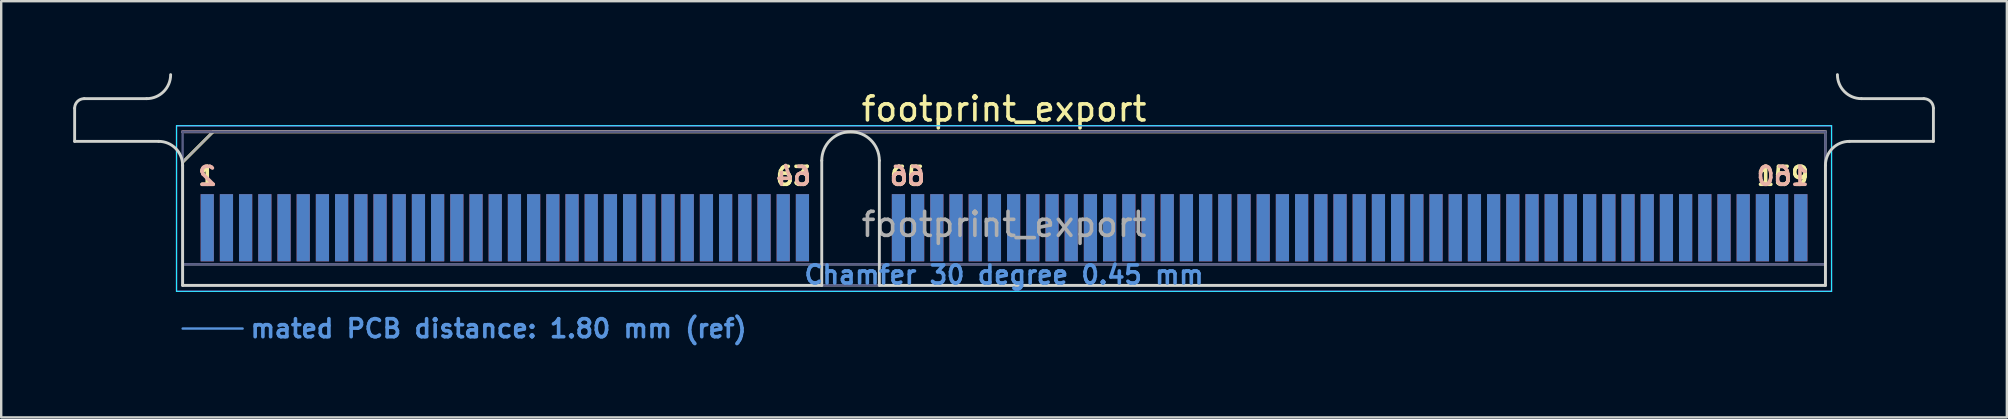
<source format=kicad_pcb>
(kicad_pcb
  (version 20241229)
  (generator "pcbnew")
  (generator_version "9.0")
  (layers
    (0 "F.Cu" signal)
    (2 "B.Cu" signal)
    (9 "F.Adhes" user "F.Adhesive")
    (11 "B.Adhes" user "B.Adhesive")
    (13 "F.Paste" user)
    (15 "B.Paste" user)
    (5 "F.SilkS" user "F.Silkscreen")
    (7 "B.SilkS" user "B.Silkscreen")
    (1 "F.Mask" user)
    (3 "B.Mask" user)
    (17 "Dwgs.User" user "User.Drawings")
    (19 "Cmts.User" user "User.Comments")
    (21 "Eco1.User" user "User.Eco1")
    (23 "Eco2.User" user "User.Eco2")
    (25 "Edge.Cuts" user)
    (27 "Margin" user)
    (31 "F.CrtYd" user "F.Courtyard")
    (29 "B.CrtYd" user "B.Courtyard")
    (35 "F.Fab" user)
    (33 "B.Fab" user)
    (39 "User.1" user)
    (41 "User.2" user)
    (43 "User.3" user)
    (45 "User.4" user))
  (footprint "footprint_export"
    (layer "F.Cu")
    (at 38.785 8.84)
    (property "Reference" "footprint_export" (at 0 -7.35 0) (layer "F.SilkS") (effects (font (size 1 1) (thickness 0.15))))
    (attr exclude_from_pos_files exclude_from_bom)
    (fp_line (start -34.225 -5.13) (end -32.955 -6.4) (stroke (width 0.12) (type solid)) (layer "F.SilkS"))
    (fp_line (start -32.955 -6.4) (end 34.225 -6.4) (stroke (width 0.12) (type solid)) (layer "F.SilkS"))
    (fp_line (start -34.225 -6.4) (end -34.225 -6.4) (stroke (width 0.12) (type solid)) (layer "B.SilkS"))
    (fp_line (start -34.225 -6.4) (end 34.225 -6.4) (stroke (width 0.12) (type solid)) (layer "B.SilkS"))
    (fp_line (start -34.225 1.8) (end -31.725 1.8) (stroke (width 0.1) (type solid)) (layer "Cmts.User"))
    (fp_line (start -38.725 -6) (end -38.725 -7.38) (stroke (width 0.12) (type solid)) (layer "Edge.Cuts"))
    (fp_line (start -38.325 -7.78) (end -35.725 -7.78) (stroke (width 0.12) (type solid)) (layer "Edge.Cuts"))
    (fp_line (start -35.225 -6) (end -38.725 -6) (stroke (width 0.12) (type solid)) (layer "Edge.Cuts"))
    (fp_line (start -34.225 -5) (end -34.225 0) (stroke (width 0.12) (type solid)) (layer "Edge.Cuts"))
    (fp_line (start -34.225 0) (end -7.595 0) (stroke (width 0.12) (type solid)) (layer "Edge.Cuts"))
    (fp_line (start -7.595 0) (end -7.595 -5.2) (stroke (width 0.12) (type solid)) (layer "Edge.Cuts"))
    (fp_line (start -5.195 -5.2) (end -5.195 0) (stroke (width 0.12) (type solid)) (layer "Edge.Cuts"))
    (fp_line (start -5.195 0) (end 34.225 0) (stroke (width 0.12) (type solid)) (layer "Edge.Cuts"))
    (fp_line (start 34.225 0) (end 34.225 -5) (stroke (width 0.12) (type solid)) (layer "Edge.Cuts"))
    (fp_line (start 35.225 -6) (end 38.725 -6) (stroke (width 0.12) (type solid)) (layer "Edge.Cuts"))
    (fp_line (start 38.325 -7.78) (end 35.725 -7.78) (stroke (width 0.12) (type solid)) (layer "Edge.Cuts"))
    (fp_line (start 38.725 -6) (end 38.725 -7.38) (stroke (width 0.12) (type solid)) (layer "Edge.Cuts"))
    (fp_arc (start -38.725 -7.38) (mid -38.607843 -7.662843) (end -38.325 -7.78) (stroke (width 0.12) (type solid)) (layer "Edge.Cuts"))
    (fp_arc (start -35.225 -6) (mid -34.517893 -5.707107) (end -34.225 -5) (stroke (width 0.12) (type solid)) (layer "Edge.Cuts"))
    (fp_arc (start -34.725 -8.78) (mid -35.017893 -8.072893) (end -35.725 -7.78) (stroke (width 0.12) (type solid)) (layer "Edge.Cuts"))
    (fp_arc (start -7.595 -5.2) (mid -6.395 -6.4) (end -5.195 -5.2) (stroke (width 0.12) (type solid)) (layer "Edge.Cuts"))
    (fp_arc (start 34.225 -5) (mid 34.517893 -5.707107) (end 35.225 -6) (stroke (width 0.12) (type solid)) (layer "Edge.Cuts"))
    (fp_arc (start 35.725 -7.78) (mid 35.017893 -8.072893) (end 34.725 -8.78) (stroke (width 0.12) (type solid)) (layer "Edge.Cuts"))
    (fp_arc (start 38.325 -7.78) (mid 38.607843 -7.662843) (end 38.725 -7.38) (stroke (width 0.12) (type solid)) (layer "Edge.Cuts"))
    (fp_line (start -34.48 -6.65) (end -34.48 0.25) (stroke (width 0.05) (type solid)) (layer "B.CrtYd"))
    (fp_line (start -34.48 0.25) (end 34.48 0.25) (stroke (width 0.05) (type solid)) (layer "B.CrtYd"))
    (fp_line (start 34.48 -6.65) (end -34.48 -6.65) (stroke (width 0.05) (type solid)) (layer "B.CrtYd"))
    (fp_line (start 34.48 0.25) (end 34.48 -6.65) (stroke (width 0.05) (type solid)) (layer "B.CrtYd"))
    (fp_line (start -34.48 -6.65) (end -34.48 0.25) (stroke (width 0.05) (type solid)) (layer "F.CrtYd"))
    (fp_line (start -34.48 0.25) (end 34.48 0.25) (stroke (width 0.05) (type solid)) (layer "F.CrtYd"))
    (fp_line (start 34.48 -6.65) (end -34.48 -6.65) (stroke (width 0.05) (type solid)) (layer "F.CrtYd"))
    (fp_line (start 34.48 0.25) (end 34.48 -6.65) (stroke (width 0.05) (type solid)) (layer "F.CrtYd"))
    (fp_line (start -34.225 -6.4) (end -34.225 -6.4) (stroke (width 0.1) (type solid)) (layer "B.Fab"))
    (fp_line (start -34.225 -6.4) (end -34.225 0) (stroke (width 0.1) (type solid)) (layer "B.Fab"))
    (fp_line (start -34.225 -6.4) (end 34.225 -6.4) (stroke (width 0.1) (type solid)) (layer "B.Fab"))
    (fp_line (start -34.225 -0.88) (end 34.225 -0.88) (stroke (width 0.1) (type solid)) (layer "B.Fab"))
    (fp_line (start -34.225 0) (end 34.225 0) (stroke (width 0.1) (type solid)) (layer "B.Fab"))
    (fp_line (start 34.225 -6.4) (end 34.225 0) (stroke (width 0.1) (type solid)) (layer "B.Fab"))
    (fp_line (start -34.225 -5.13) (end -34.225 0) (stroke (width 0.1) (type solid)) (layer "F.Fab"))
    (fp_line (start -34.225 -5.13) (end -32.955 -6.4) (stroke (width 0.1) (type solid)) (layer "F.Fab"))
    (fp_line (start -34.225 -0.88) (end 34.225 -0.88) (stroke (width 0.1) (type solid)) (layer "F.Fab"))
    (fp_line (start -34.225 0) (end 34.225 0) (stroke (width 0.1) (type solid)) (layer "F.Fab"))
    (fp_line (start -32.955 -6.4) (end 34.225 -6.4) (stroke (width 0.1) (type solid)) (layer "F.Fab"))
    (fp_line (start 34.225 -6.4) (end 34.225 0) (stroke (width 0.1) (type solid)) (layer "F.Fab"))
    (fp_text user "159" (at 32.45 -4.55 0) (layer "F.SilkS") (effects (font (size 0.75 0.75) (thickness 0.15))))
    (fp_text user "65" (at -4.025 -4.55 0) (layer "F.SilkS") (effects (font (size 0.75 0.75) (thickness 0.15))))
    (fp_text user "63" (at -8.775 -4.55 0) (layer "F.SilkS") (effects (font (size 0.75 0.75) (thickness 0.15))))
    (fp_text user "1" (at -33.2 -4.55 0) (layer "F.SilkS") (effects (font (size 0.75 0.75) (thickness 0.15))))
    (fp_text user "64" (at -8.775 -4.55 0) (layer "B.SilkS") (effects (font (size 0.75 0.75) (thickness 0.15)) (justify mirror)))
    (fp_text user "66" (at -4.025 -4.55 0) (layer "B.SilkS") (effects (font (size 0.75 0.75) (thickness 0.15)) (justify mirror)))
    (fp_text user "2" (at -33.2 -4.55 0) (layer "B.SilkS") (effects (font (size 0.75 0.75) (thickness 0.15)) (justify mirror)))
    (fp_text user "160" (at 32.45 -4.55 0) (layer "B.SilkS") (effects (font (size 0.75 0.75) (thickness 0.15)) (justify mirror)))
    (fp_text user "Chamfer 30 degree 0.45 mm" (at 0 -0.44 0) (layer "Cmts.User") (effects (font (size 0.75 0.75) (thickness 0.15))))
    (fp_text user "mated PCB distance: 1.80 mm (ref)" (at -31.48 1.8 0) (layer "Cmts.User") (effects (font (size 0.75 0.75) (thickness 0.15)) (justify left)))
    (fp_text user "${REFERENCE}" (at 0 -2.54 0) (layer "F.Fab") (effects (font (size 1 1) (thickness 0.15))))
    (pad "1" connect rect (at -33.2 -2.4) (size 0.55 2.8) (layers "F.Cu" "F.Mask"))
    (pad "2" connect rect (at -33.2 -2.4) (size 0.55 2.8) (layers "B.Cu" "B.Mask"))
    (pad "3" connect rect (at -32.4 -2.4) (size 0.55 2.8) (layers "F.Cu" "F.Mask"))
    (pad "4" connect rect (at -32.4 -2.4) (size 0.55 2.8) (layers "B.Cu" "B.Mask"))
    (pad "5" connect rect (at -31.6 -2.4) (size 0.55 2.8) (layers "F.Cu" "F.Mask"))
    (pad "6" connect rect (at -31.6 -2.4) (size 0.55 2.8) (layers "B.Cu" "B.Mask"))
    (pad "7" connect rect (at -30.8 -2.4) (size 0.55 2.8) (layers "F.Cu" "F.Mask"))
    (pad "8" connect rect (at -30.8 -2.4) (size 0.55 2.8) (layers "B.Cu" "B.Mask"))
    (pad "9" connect rect (at -30 -2.4) (size 0.55 2.8) (layers "F.Cu" "F.Mask"))
    (pad "10" connect rect (at -30 -2.4) (size 0.55 2.8) (layers "B.Cu" "B.Mask"))
    (pad "11" connect rect (at -29.2 -2.4) (size 0.55 2.8) (layers "F.Cu" "F.Mask"))
    (pad "12" connect rect (at -29.2 -2.4) (size 0.55 2.8) (layers "B.Cu" "B.Mask"))
    (pad "13" connect rect (at -28.4 -2.4) (size 0.55 2.8) (layers "F.Cu" "F.Mask"))
    (pad "14" connect rect (at -28.4 -2.4) (size 0.55 2.8) (layers "B.Cu" "B.Mask"))
    (pad "15" connect rect (at -27.6 -2.4) (size 0.55 2.8) (layers "F.Cu" "F.Mask"))
    (pad "16" connect rect (at -27.6 -2.4) (size 0.55 2.8) (layers "B.Cu" "B.Mask"))
    (pad "17" connect rect (at -26.8 -2.4) (size 0.55 2.8) (layers "F.Cu" "F.Mask"))
    (pad "18" connect rect (at -26.8 -2.4) (size 0.55 2.8) (layers "B.Cu" "B.Mask"))
    (pad "19" connect rect (at -26 -2.4) (size 0.55 2.8) (layers "F.Cu" "F.Mask"))
    (pad "20" connect rect (at -26 -2.4) (size 0.55 2.8) (layers "B.Cu" "B.Mask"))
    (pad "21" connect rect (at -25.2 -2.4) (size 0.55 2.8) (layers "F.Cu" "F.Mask"))
    (pad "22" connect rect (at -25.2 -2.4) (size 0.55 2.8) (layers "B.Cu" "B.Mask"))
    (pad "23" connect rect (at -24.4 -2.4) (size 0.55 2.8) (layers "F.Cu" "F.Mask"))
    (pad "24" connect rect (at -24.4 -2.4) (size 0.55 2.8) (layers "B.Cu" "B.Mask"))
    (pad "25" connect rect (at -23.6 -2.4) (size 0.55 2.8) (layers "F.Cu" "F.Mask"))
    (pad "26" connect rect (at -23.6 -2.4) (size 0.55 2.8) (layers "B.Cu" "B.Mask"))
    (pad "27" connect rect (at -22.8 -2.4) (size 0.55 2.8) (layers "F.Cu" "F.Mask"))
    (pad "28" connect rect (at -22.8 -2.4) (size 0.55 2.8) (layers "B.Cu" "B.Mask"))
    (pad "29" connect rect (at -22 -2.4) (size 0.55 2.8) (layers "F.Cu" "F.Mask"))
    (pad "30" connect rect (at -22 -2.4) (size 0.55 2.8) (layers "B.Cu" "B.Mask"))
    (pad "31" connect rect (at -21.2 -2.4) (size 0.55 2.8) (layers "F.Cu" "F.Mask"))
    (pad "32" connect rect (at -21.2 -2.4) (size 0.55 2.8) (layers "B.Cu" "B.Mask"))
    (pad "33" connect rect (at -20.4 -2.4) (size 0.55 2.8) (layers "F.Cu" "F.Mask"))
    (pad "34" connect rect (at -20.4 -2.4) (size 0.55 2.8) (layers "B.Cu" "B.Mask"))
    (pad "35" connect rect (at -19.6 -2.4) (size 0.55 2.8) (layers "F.Cu" "F.Mask"))
    (pad "36" connect rect (at -19.6 -2.4) (size 0.55 2.8) (layers "B.Cu" "B.Mask"))
    (pad "37" connect rect (at -18.8 -2.4) (size 0.55 2.8) (layers "F.Cu" "F.Mask"))
    (pad "38" connect rect (at -18.8 -2.4) (size 0.55 2.8) (layers "B.Cu" "B.Mask"))
    (pad "39" connect rect (at -18 -2.4) (size 0.55 2.8) (layers "F.Cu" "F.Mask"))
    (pad "40" connect rect (at -18 -2.4) (size 0.55 2.8) (layers "B.Cu" "B.Mask"))
    (pad "41" connect rect (at -17.2 -2.4) (size 0.55 2.8) (layers "F.Cu" "F.Mask"))
    (pad "42" connect rect (at -17.2 -2.4) (size 0.55 2.8) (layers "B.Cu" "B.Mask"))
    (pad "43" connect rect (at -16.4 -2.4) (size 0.55 2.8) (layers "F.Cu" "F.Mask"))
    (pad "44" connect rect (at -16.4 -2.4) (size 0.55 2.8) (layers "B.Cu" "B.Mask"))
    (pad "45" connect rect (at -15.6 -2.4) (size 0.55 2.8) (layers "F.Cu" "F.Mask"))
    (pad "46" connect rect (at -15.6 -2.4) (size 0.55 2.8) (layers "B.Cu" "B.Mask"))
    (pad "47" connect rect (at -14.8 -2.4) (size 0.55 2.8) (layers "F.Cu" "F.Mask"))
    (pad "48" connect rect (at -14.8 -2.4) (size 0.55 2.8) (layers "B.Cu" "B.Mask"))
    (pad "49" connect rect (at -14 -2.4) (size 0.55 2.8) (layers "F.Cu" "F.Mask"))
    (pad "50" connect rect (at -14 -2.4) (size 0.55 2.8) (layers "B.Cu" "B.Mask"))
    (pad "51" connect rect (at -13.2 -2.4) (size 0.55 2.8) (layers "F.Cu" "F.Mask"))
    (pad "52" connect rect (at -13.2 -2.4) (size 0.55 2.8) (layers "B.Cu" "B.Mask"))
    (pad "53" connect rect (at -12.4 -2.4) (size 0.55 2.8) (layers "F.Cu" "F.Mask"))
    (pad "54" connect rect (at -12.4 -2.4) (size 0.55 2.8) (layers "B.Cu" "B.Mask"))
    (pad "55" connect rect (at -11.6 -2.4) (size 0.55 2.8) (layers "F.Cu" "F.Mask"))
    (pad "56" connect rect (at -11.6 -2.4) (size 0.55 2.8) (layers "B.Cu" "B.Mask"))
    (pad "57" connect rect (at -10.8 -2.4) (size 0.55 2.8) (layers "F.Cu" "F.Mask"))
    (pad "58" connect rect (at -10.8 -2.4) (size 0.55 2.8) (layers "B.Cu" "B.Mask"))
    (pad "59" connect rect (at -10 -2.4) (size 0.55 2.8) (layers "F.Cu" "F.Mask"))
    (pad "60" connect rect (at -10 -2.4) (size 0.55 2.8) (layers "B.Cu" "B.Mask"))
    (pad "61" connect rect (at -9.2 -2.4) (size 0.55 2.8) (layers "F.Cu" "F.Mask"))
    (pad "62" connect rect (at -9.2 -2.4) (size 0.55 2.8) (layers "B.Cu" "B.Mask"))
    (pad "63" connect rect (at -8.4 -2.4) (size 0.55 2.8) (layers "F.Cu" "F.Mask"))
    (pad "64" connect rect (at -8.4 -2.4) (size 0.55 2.8) (layers "B.Cu" "B.Mask"))
    (pad "65" connect rect (at -4.4 -2.4) (size 0.55 2.8) (layers "F.Cu" "F.Mask"))
    (pad "66" connect rect (at -4.4 -2.4) (size 0.55 2.8) (layers "B.Cu" "B.Mask"))
    (pad "67" connect rect (at -3.6 -2.4) (size 0.55 2.8) (layers "F.Cu" "F.Mask"))
    (pad "68" connect rect (at -3.6 -2.4) (size 0.55 2.8) (layers "B.Cu" "B.Mask"))
    (pad "69" connect rect (at -2.8 -2.4) (size 0.55 2.8) (layers "F.Cu" "F.Mask"))
    (pad "70" connect rect (at -2.8 -2.4) (size 0.55 2.8) (layers "B.Cu" "B.Mask"))
    (pad "71" connect rect (at -2 -2.4) (size 0.55 2.8) (layers "F.Cu" "F.Mask"))
    (pad "72" connect rect (at -2 -2.4) (size 0.55 2.8) (layers "B.Cu" "B.Mask"))
    (pad "73" connect rect (at -1.2 -2.4) (size 0.55 2.8) (layers "F.Cu" "F.Mask"))
    (pad "74" connect rect (at -1.2 -2.4) (size 0.55 2.8) (layers "B.Cu" "B.Mask"))
    (pad "75" connect rect (at -0.4 -2.4) (size 0.55 2.8) (layers "F.Cu" "F.Mask"))
    (pad "76" connect rect (at -0.4 -2.4) (size 0.55 2.8) (layers "B.Cu" "B.Mask"))
    (pad "77" connect rect (at 0.4 -2.4) (size 0.55 2.8) (layers "F.Cu" "F.Mask"))
    (pad "78" connect rect (at 0.4 -2.4) (size 0.55 2.8) (layers "B.Cu" "B.Mask"))
    (pad "79" connect rect (at 1.2 -2.4) (size 0.55 2.8) (layers "F.Cu" "F.Mask"))
    (pad "80" connect rect (at 1.2 -2.4) (size 0.55 2.8) (layers "B.Cu" "B.Mask"))
    (pad "81" connect rect (at 2 -2.4) (size 0.55 2.8) (layers "F.Cu" "F.Mask"))
    (pad "82" connect rect (at 2 -2.4) (size 0.55 2.8) (layers "B.Cu" "B.Mask"))
    (pad "83" connect rect (at 2.8 -2.4) (size 0.55 2.8) (layers "F.Cu" "F.Mask"))
    (pad "84" connect rect (at 2.8 -2.4) (size 0.55 2.8) (layers "B.Cu" "B.Mask"))
    (pad "85" connect rect (at 3.6 -2.4) (size 0.55 2.8) (layers "F.Cu" "F.Mask"))
    (pad "86" connect rect (at 3.6 -2.4) (size 0.55 2.8) (layers "B.Cu" "B.Mask"))
    (pad "87" connect rect (at 4.4 -2.4) (size 0.55 2.8) (layers "F.Cu" "F.Mask"))
    (pad "88" connect rect (at 4.4 -2.4) (size 0.55 2.8) (layers "B.Cu" "B.Mask"))
    (pad "89" connect rect (at 5.2 -2.4) (size 0.55 2.8) (layers "F.Cu" "F.Mask"))
    (pad "90" connect rect (at 5.2 -2.4) (size 0.55 2.8) (layers "B.Cu" "B.Mask"))
    (pad "91" connect rect (at 6 -2.4) (size 0.55 2.8) (layers "F.Cu" "F.Mask"))
    (pad "92" connect rect (at 6 -2.4) (size 0.55 2.8) (layers "B.Cu" "B.Mask"))
    (pad "93" connect rect (at 6.8 -2.4) (size 0.55 2.8) (layers "F.Cu" "F.Mask"))
    (pad "94" connect rect (at 6.8 -2.4) (size 0.55 2.8) (layers "B.Cu" "B.Mask"))
    (pad "95" connect rect (at 7.6 -2.4) (size 0.55 2.8) (layers "F.Cu" "F.Mask"))
    (pad "96" connect rect (at 7.6 -2.4) (size 0.55 2.8) (layers "B.Cu" "B.Mask"))
    (pad "97" connect rect (at 8.4 -2.4) (size 0.55 2.8) (layers "F.Cu" "F.Mask"))
    (pad "98" connect rect (at 8.4 -2.4) (size 0.55 2.8) (layers "B.Cu" "B.Mask"))
    (pad "99" connect rect (at 9.2 -2.4) (size 0.55 2.8) (layers "F.Cu" "F.Mask"))
    (pad "100" connect rect (at 9.2 -2.4) (size 0.55 2.8) (layers "B.Cu" "B.Mask"))
    (pad "101" connect rect (at 10 -2.4) (size 0.55 2.8) (layers "F.Cu" "F.Mask"))
    (pad "102" connect rect (at 10 -2.4) (size 0.55 2.8) (layers "B.Cu" "B.Mask"))
    (pad "103" connect rect (at 10.8 -2.4) (size 0.55 2.8) (layers "F.Cu" "F.Mask"))
    (pad "104" connect rect (at 10.8 -2.4) (size 0.55 2.8) (layers "B.Cu" "B.Mask"))
    (pad "105" connect rect (at 11.6 -2.4) (size 0.55 2.8) (layers "F.Cu" "F.Mask"))
    (pad "106" connect rect (at 11.6 -2.4) (size 0.55 2.8) (layers "B.Cu" "B.Mask"))
    (pad "107" connect rect (at 12.4 -2.4) (size 0.55 2.8) (layers "F.Cu" "F.Mask"))
    (pad "108" connect rect (at 12.4 -2.4) (size 0.55 2.8) (layers "B.Cu" "B.Mask"))
    (pad "109" connect rect (at 13.2 -2.4) (size 0.55 2.8) (layers "F.Cu" "F.Mask"))
    (pad "110" connect rect (at 13.2 -2.4) (size 0.55 2.8) (layers "B.Cu" "B.Mask"))
    (pad "111" connect rect (at 14 -2.4) (size 0.55 2.8) (layers "F.Cu" "F.Mask"))
    (pad "112" connect rect (at 14 -2.4) (size 0.55 2.8) (layers "B.Cu" "B.Mask"))
    (pad "113" connect rect (at 14.8 -2.4) (size 0.55 2.8) (layers "F.Cu" "F.Mask"))
    (pad "114" connect rect (at 14.8 -2.4) (size 0.55 2.8) (layers "B.Cu" "B.Mask"))
    (pad "115" connect rect (at 15.6 -2.4) (size 0.55 2.8) (layers "F.Cu" "F.Mask"))
    (pad "116" connect rect (at 15.6 -2.4) (size 0.55 2.8) (layers "B.Cu" "B.Mask"))
    (pad "117" connect rect (at 16.4 -2.4) (size 0.55 2.8) (layers "F.Cu" "F.Mask"))
    (pad "118" connect rect (at 16.4 -2.4) (size 0.55 2.8) (layers "B.Cu" "B.Mask"))
    (pad "119" connect rect (at 17.2 -2.4) (size 0.55 2.8) (layers "F.Cu" "F.Mask"))
    (pad "120" connect rect (at 17.2 -2.4) (size 0.55 2.8) (layers "B.Cu" "B.Mask"))
    (pad "121" connect rect (at 18 -2.4) (size 0.55 2.8) (layers "F.Cu" "F.Mask"))
    (pad "122" connect rect (at 18 -2.4) (size 0.55 2.8) (layers "B.Cu" "B.Mask"))
    (pad "123" connect rect (at 18.8 -2.4) (size 0.55 2.8) (layers "F.Cu" "F.Mask"))
    (pad "124" connect rect (at 18.8 -2.4) (size 0.55 2.8) (layers "B.Cu" "B.Mask"))
    (pad "125" connect rect (at 19.6 -2.4) (size 0.55 2.8) (layers "F.Cu" "F.Mask"))
    (pad "126" connect rect (at 19.6 -2.4) (size 0.55 2.8) (layers "B.Cu" "B.Mask"))
    (pad "127" connect rect (at 20.4 -2.4) (size 0.55 2.8) (layers "F.Cu" "F.Mask"))
    (pad "128" connect rect (at 20.4 -2.4) (size 0.55 2.8) (layers "B.Cu" "B.Mask"))
    (pad "129" connect rect (at 21.2 -2.4) (size 0.55 2.8) (layers "F.Cu" "F.Mask"))
    (pad "130" connect rect (at 21.2 -2.4) (size 0.55 2.8) (layers "B.Cu" "B.Mask"))
    (pad "131" connect rect (at 22 -2.4) (size 0.55 2.8) (layers "F.Cu" "F.Mask"))
    (pad "132" connect rect (at 22 -2.4) (size 0.55 2.8) (layers "B.Cu" "B.Mask"))
    (pad "133" connect rect (at 22.8 -2.4) (size 0.55 2.8) (layers "F.Cu" "F.Mask"))
    (pad "134" connect rect (at 22.8 -2.4) (size 0.55 2.8) (layers "B.Cu" "B.Mask"))
    (pad "135" connect rect (at 23.6 -2.4) (size 0.55 2.8) (layers "F.Cu" "F.Mask"))
    (pad "136" connect rect (at 23.6 -2.4) (size 0.55 2.8) (layers "B.Cu" "B.Mask"))
    (pad "137" connect rect (at 24.4 -2.4) (size 0.55 2.8) (layers "F.Cu" "F.Mask"))
    (pad "138" connect rect (at 24.4 -2.4) (size 0.55 2.8) (layers "B.Cu" "B.Mask"))
    (pad "139" connect rect (at 25.2 -2.4) (size 0.55 2.8) (layers "F.Cu" "F.Mask"))
    (pad "140" connect rect (at 25.2 -2.4) (size 0.55 2.8) (layers "B.Cu" "B.Mask"))
    (pad "141" connect rect (at 26 -2.4) (size 0.55 2.8) (layers "F.Cu" "F.Mask"))
    (pad "142" connect rect (at 26 -2.4) (size 0.55 2.8) (layers "B.Cu" "B.Mask"))
    (pad "143" connect rect (at 26.8 -2.4) (size 0.55 2.8) (layers "F.Cu" "F.Mask"))
    (pad "144" connect rect (at 26.8 -2.4) (size 0.55 2.8) (layers "B.Cu" "B.Mask"))
    (pad "145" connect rect (at 27.6 -2.4) (size 0.55 2.8) (layers "F.Cu" "F.Mask"))
    (pad "146" connect rect (at 27.6 -2.4) (size 0.55 2.8) (layers "B.Cu" "B.Mask"))
    (pad "147" connect rect (at 28.4 -2.4) (size 0.55 2.8) (layers "F.Cu" "F.Mask"))
    (pad "148" connect rect (at 28.4 -2.4) (size 0.55 2.8) (layers "B.Cu" "B.Mask"))
    (pad "149" connect rect (at 29.2 -2.4) (size 0.55 2.8) (layers "F.Cu" "F.Mask"))
    (pad "150" connect rect (at 29.2 -2.4) (size 0.55 2.8) (layers "B.Cu" "B.Mask"))
    (pad "151" connect rect (at 30 -2.4) (size 0.55 2.8) (layers "F.Cu" "F.Mask"))
    (pad "152" connect rect (at 30 -2.4) (size 0.55 2.8) (layers "B.Cu" "B.Mask"))
    (pad "153" connect rect (at 30.8 -2.4) (size 0.55 2.8) (layers "F.Cu" "F.Mask"))
    (pad "154" connect rect (at 30.8 -2.4) (size 0.55 2.8) (layers "B.Cu" "B.Mask"))
    (pad "155" connect rect (at 31.6 -2.4) (size 0.55 2.8) (layers "F.Cu" "F.Mask"))
    (pad "156" connect rect (at 31.6 -2.4) (size 0.55 2.8) (layers "B.Cu" "B.Mask"))
    (pad "157" connect rect (at 32.4 -2.4) (size 0.55 2.8) (layers "F.Cu" "F.Mask"))
    (pad "158" connect rect (at 32.4 -2.4) (size 0.55 2.8) (layers "B.Cu" "B.Mask"))
    (pad "159" connect rect (at 33.2 -2.4) (size 0.55 2.8) (layers "F.Cu" "F.Mask"))
    (pad "160" connect rect (at 33.2 -2.4) (size 0.55 2.8) (layers "B.Cu" "B.Mask")))
  (gr_rect
    (start -3 -3)
    (end 80.57 14.342)
    (stroke (width 0.1) (type default))
    (fill no)
    (layer "Edge.Cuts")))
</source>
